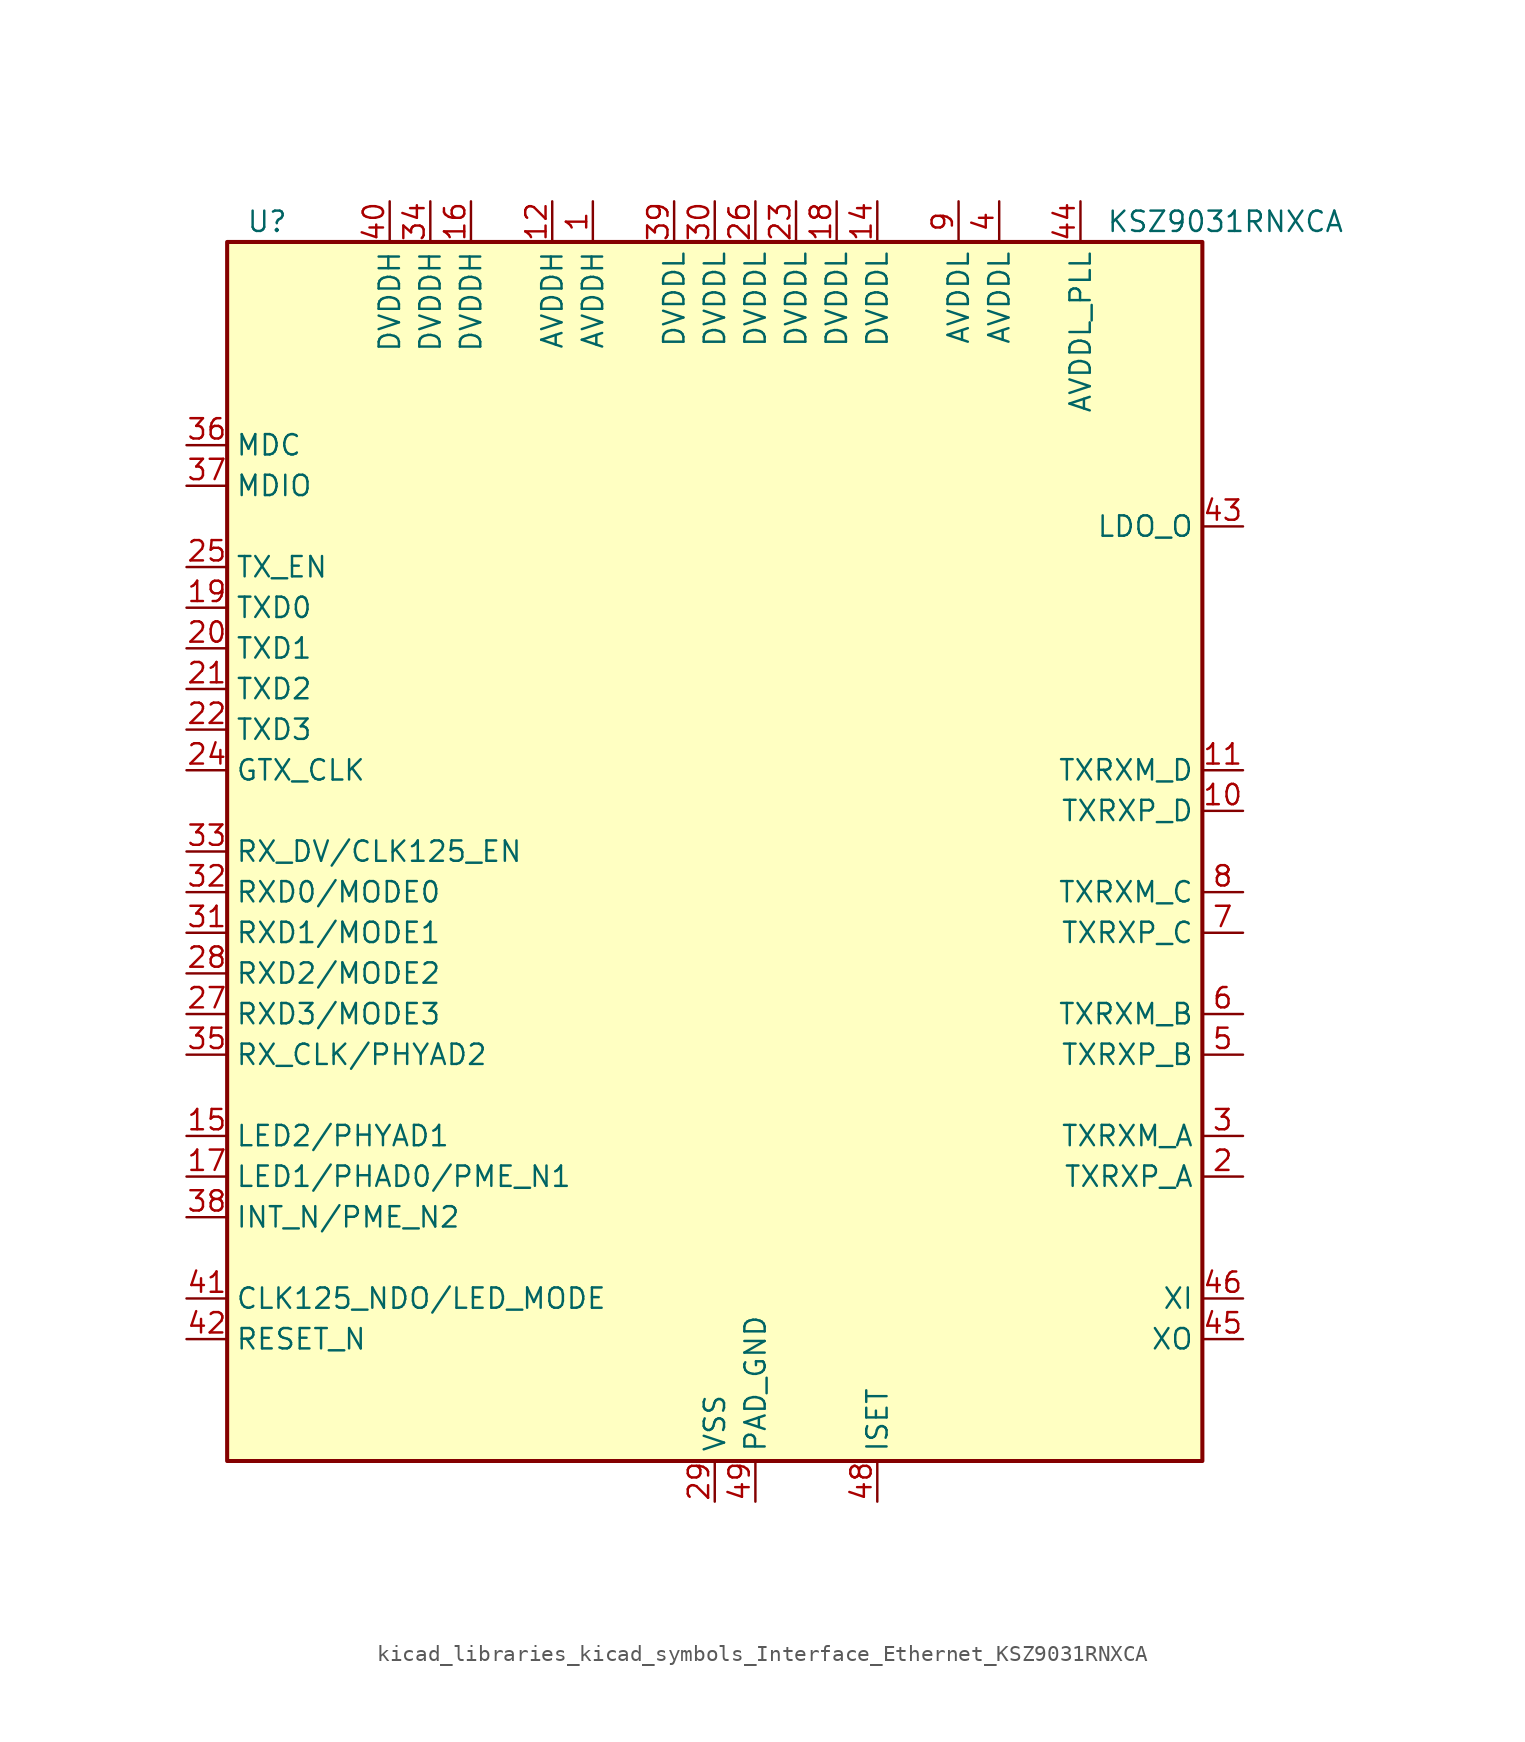
<source format=kicad_sym>
(kicad_symbol_lib
  (version 20220914)
  (generator kicad_symbol_editor)
  (symbol "kicad_libraries_kicad_symbols_Interface_Ethernet_KSZ9031RNXCA"
    (property "Reference" "U"
      (at -26.67 39.37 0)
      (effects (font (size 1.27 1.27)) (justify right)))
    (property "Value" "KSZ9031RNXCA"
      (at 39.37 39.37 0)
      (effects (font (size 1.27 1.27)) (justify right)))
    (symbol "kicad_libraries_kicad_symbols_Interface_Ethernet_KSZ9031RNXCA_0_1"
      (rectangle (start -30.48 38.1) (end 30.48 -38.1) (stroke (width 0.254) (type default)) (fill (type background))))
    (symbol "kicad_libraries_kicad_symbols_Interface_Ethernet_KSZ9031RNXCA_1_1"
      (pin power_in line (at -7.62 40.64 270) (length 2.54) (name "AVDDH" (effects (font (size 1.27 1.27)))) (number "1" (effects (font (size 1.27 1.27)))))
      (pin input line (at 33.02 2.54 180) (length 2.54) (name "TXRXP_D" (effects (font (size 1.27 1.27)))) (number "10" (effects (font (size 1.27 1.27)))))
      (pin input line (at 33.02 5.08 180) (length 2.54) (name "TXRXM_D" (effects (font (size 1.27 1.27)))) (number "11" (effects (font (size 1.27 1.27)))))
      (pin power_in line (at -10.16 40.64 270) (length 2.54) (name "AVDDH" (effects (font (size 1.27 1.27)))) (number "12" (effects (font (size 1.27 1.27)))))
      (pin no_connect line (at 30.48 12.7 180) (length 2.54) hide (name "NC" (effects (font (size 1.27 1.27)))) (number "13" (effects (font (size 1.27 1.27)))))
      (pin power_in line (at 10.16 40.64 270) (length 2.54) (name "DVDDL" (effects (font (size 1.27 1.27)))) (number "14" (effects (font (size 1.27 1.27)))))
      (pin bidirectional line (at -33.02 -17.78 0) (length 2.54) (name "LED2/PHYAD1" (effects (font (size 1.27 1.27)))) (number "15" (effects (font (size 1.27 1.27)))))
      (pin power_in line (at -15.24 40.64 270) (length 2.54) (name "DVDDH" (effects (font (size 1.27 1.27)))) (number "16" (effects (font (size 1.27 1.27)))))
      (pin bidirectional line (at -33.02 -20.32 0) (length 2.54) (name "LED1/PHAD0/PME_N1" (effects (font (size 1.27 1.27)))) (number "17" (effects (font (size 1.27 1.27)))))
      (pin power_in line (at 7.62 40.64 270) (length 2.54) (name "DVDDL" (effects (font (size 1.27 1.27)))) (number "18" (effects (font (size 1.27 1.27)))))
      (pin input line (at -33.02 15.24 0) (length 2.54) (name "TXD0" (effects (font (size 1.27 1.27)))) (number "19" (effects (font (size 1.27 1.27)))))
      (pin input line (at 33.02 -20.32 180) (length 2.54) (name "TXRXP_A" (effects (font (size 1.27 1.27)))) (number "2" (effects (font (size 1.27 1.27)))))
      (pin input line (at -33.02 12.7 0) (length 2.54) (name "TXD1" (effects (font (size 1.27 1.27)))) (number "20" (effects (font (size 1.27 1.27)))))
      (pin input line (at -33.02 10.16 0) (length 2.54) (name "TXD2" (effects (font (size 1.27 1.27)))) (number "21" (effects (font (size 1.27 1.27)))))
      (pin input line (at -33.02 7.62 0) (length 2.54) (name "TXD3" (effects (font (size 1.27 1.27)))) (number "22" (effects (font (size 1.27 1.27)))))
      (pin power_in line (at 5.08 40.64 270) (length 2.54) (name "DVDDL" (effects (font (size 1.27 1.27)))) (number "23" (effects (font (size 1.27 1.27)))))
      (pin input line (at -33.02 5.08 0) (length 2.54) (name "GTX_CLK" (effects (font (size 1.27 1.27)))) (number "24" (effects (font (size 1.27 1.27)))))
      (pin input line (at -33.02 17.78 0) (length 2.54) (name "TX_EN" (effects (font (size 1.27 1.27)))) (number "25" (effects (font (size 1.27 1.27)))))
      (pin power_in line (at 2.54 40.64 270) (length 2.54) (name "DVDDL" (effects (font (size 1.27 1.27)))) (number "26" (effects (font (size 1.27 1.27)))))
      (pin input line (at -33.02 -10.16 0) (length 2.54) (name "RXD3/MODE3" (effects (font (size 1.27 1.27)))) (number "27" (effects (font (size 1.27 1.27)))))
      (pin input line (at -33.02 -7.62 0) (length 2.54) (name "RXD2/MODE2" (effects (font (size 1.27 1.27)))) (number "28" (effects (font (size 1.27 1.27)))))
      (pin power_in line (at 0 -40.64 90) (length 2.54) (name "VSS" (effects (font (size 1.27 1.27)))) (number "29" (effects (font (size 1.27 1.27)))))
      (pin input line (at 33.02 -17.78 180) (length 2.54) (name "TXRXM_A" (effects (font (size 1.27 1.27)))) (number "3" (effects (font (size 1.27 1.27)))))
      (pin power_in line (at 0 40.64 270) (length 2.54) (name "DVDDL" (effects (font (size 1.27 1.27)))) (number "30" (effects (font (size 1.27 1.27)))))
      (pin input line (at -33.02 -5.08 0) (length 2.54) (name "RXD1/MODE1" (effects (font (size 1.27 1.27)))) (number "31" (effects (font (size 1.27 1.27)))))
      (pin input line (at -33.02 -2.54 0) (length 2.54) (name "RXD0/MODE0" (effects (font (size 1.27 1.27)))) (number "32" (effects (font (size 1.27 1.27)))))
      (pin input line (at -33.02 0 0) (length 2.54) (name "RX_DV/CLK125_EN" (effects (font (size 1.27 1.27)))) (number "33" (effects (font (size 1.27 1.27)))))
      (pin power_in line (at -17.78 40.64 270) (length 2.54) (name "DVDDH" (effects (font (size 1.27 1.27)))) (number "34" (effects (font (size 1.27 1.27)))))
      (pin input line (at -33.02 -12.7 0) (length 2.54) (name "RX_CLK/PHYAD2" (effects (font (size 1.27 1.27)))) (number "35" (effects (font (size 1.27 1.27)))))
      (pin input line (at -33.02 25.4 0) (length 2.54) (name "MDC" (effects (font (size 1.27 1.27)))) (number "36" (effects (font (size 1.27 1.27)))))
      (pin input line (at -33.02 22.86 0) (length 2.54) (name "MDIO" (effects (font (size 1.27 1.27)))) (number "37" (effects (font (size 1.27 1.27)))))
      (pin input line (at -33.02 -22.86 0) (length 2.54) (name "INT_N/PME_N2" (effects (font (size 1.27 1.27)))) (number "38" (effects (font (size 1.27 1.27)))))
      (pin power_in line (at -2.54 40.64 270) (length 2.54) (name "DVDDL" (effects (font (size 1.27 1.27)))) (number "39" (effects (font (size 1.27 1.27)))))
      (pin power_in line (at 17.78 40.64 270) (length 2.54) (name "AVDDL" (effects (font (size 1.27 1.27)))) (number "4" (effects (font (size 1.27 1.27)))))
      (pin power_in line (at -20.32 40.64 270) (length 2.54) (name "DVDDH" (effects (font (size 1.27 1.27)))) (number "40" (effects (font (size 1.27 1.27)))))
      (pin input line (at -33.02 -27.94 0) (length 2.54) (name "CLK125_NDO/LED_MODE" (effects (font (size 1.27 1.27)))) (number "41" (effects (font (size 1.27 1.27)))))
      (pin input line (at -33.02 -30.48 0) (length 2.54) (name "RESET_N" (effects (font (size 1.27 1.27)))) (number "42" (effects (font (size 1.27 1.27)))))
      (pin input line (at 33.02 20.32 180) (length 2.54) (name "LDO_O" (effects (font (size 1.27 1.27)))) (number "43" (effects (font (size 1.27 1.27)))))
      (pin power_in line (at 22.86 40.64 270) (length 2.54) (name "AVDDL_PLL" (effects (font (size 1.27 1.27)))) (number "44" (effects (font (size 1.27 1.27)))))
      (pin input line (at 33.02 -30.48 180) (length 2.54) (name "XO" (effects (font (size 1.27 1.27)))) (number "45" (effects (font (size 1.27 1.27)))))
      (pin input line (at 33.02 -27.94 180) (length 2.54) (name "XI" (effects (font (size 1.27 1.27)))) (number "46" (effects (font (size 1.27 1.27)))))
      (pin no_connect line (at 30.48 10.16 180) (length 2.54) hide (name "NC" (effects (font (size 1.27 1.27)))) (number "47" (effects (font (size 1.27 1.27)))))
      (pin output line (at 10.16 -40.64 90) (length 2.54) (name "ISET" (effects (font (size 1.27 1.27)))) (number "48" (effects (font (size 1.27 1.27)))))
      (pin power_in line (at 2.54 -40.64 90) (length 2.54) (name "PAD_GND" (effects (font (size 1.27 1.27)))) (number "49" (effects (font (size 1.27 1.27)))))
      (pin input line (at 33.02 -12.7 180) (length 2.54) (name "TXRXP_B" (effects (font (size 1.27 1.27)))) (number "5" (effects (font (size 1.27 1.27)))))
      (pin input line (at 33.02 -10.16 180) (length 2.54) (name "TXRXM_B" (effects (font (size 1.27 1.27)))) (number "6" (effects (font (size 1.27 1.27)))))
      (pin input line (at 33.02 -5.08 180) (length 2.54) (name "TXRXP_C" (effects (font (size 1.27 1.27)))) (number "7" (effects (font (size 1.27 1.27)))))
      (pin input line (at 33.02 -2.54 180) (length 2.54) (name "TXRXM_C" (effects (font (size 1.27 1.27)))) (number "8" (effects (font (size 1.27 1.27)))))
      (pin power_in line (at 15.24 40.64 270) (length 2.54) (name "AVDDL" (effects (font (size 1.27 1.27)))) (number "9" (effects (font (size 1.27 1.27))))))))
</source>
